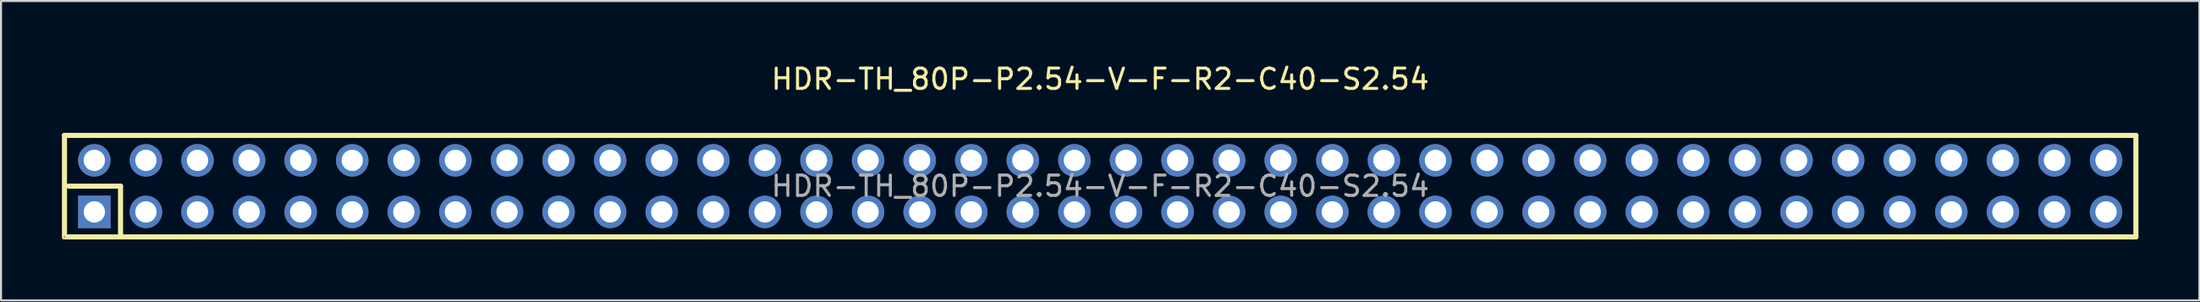
<source format=kicad_pcb>
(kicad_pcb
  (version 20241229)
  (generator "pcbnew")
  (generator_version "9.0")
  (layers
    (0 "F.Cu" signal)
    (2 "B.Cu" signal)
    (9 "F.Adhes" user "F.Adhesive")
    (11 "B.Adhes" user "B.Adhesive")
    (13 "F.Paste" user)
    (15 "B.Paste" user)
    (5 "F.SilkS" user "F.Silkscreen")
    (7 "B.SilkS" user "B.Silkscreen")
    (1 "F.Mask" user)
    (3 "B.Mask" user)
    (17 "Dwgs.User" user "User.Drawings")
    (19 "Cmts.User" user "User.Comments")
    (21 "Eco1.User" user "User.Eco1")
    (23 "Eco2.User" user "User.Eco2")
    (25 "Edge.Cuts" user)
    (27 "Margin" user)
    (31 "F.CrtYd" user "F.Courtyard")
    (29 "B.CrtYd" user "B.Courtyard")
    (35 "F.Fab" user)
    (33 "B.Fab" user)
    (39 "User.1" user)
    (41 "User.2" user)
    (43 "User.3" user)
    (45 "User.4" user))
  (footprint "HDR-TH_80P-P2.54-V-F-R2-C40-S2.54"
    (layer "F.Cu")
    (at 51.125 6.118)
    (property "Reference" "HDR-TH_80P-P2.54-V-F-R2-C40-S2.54" (at 0 -5.27 0) (layer "F.SilkS") (effects (font (size 1 1) (thickness 0.15))))
    (attr through_hole)
    (fp_line (start -51 -2.5) (end -51 2.5) (stroke (width 0.25) (type solid)) (layer "F.SilkS"))
    (fp_line (start -51 2.5) (end 51 2.5) (stroke (width 0.25) (type solid)) (layer "F.SilkS"))
    (fp_line (start -50.8 0) (end -48.24 0) (stroke (width 0.25) (type solid)) (layer "F.SilkS"))
    (fp_line (start -48.24 0) (end -48.24 2.5) (stroke (width 0.25) (type solid)) (layer "F.SilkS"))
    (fp_line (start 51 -2.5) (end -51 -2.5) (stroke (width 0.25) (type solid)) (layer "F.SilkS"))
    (fp_line (start 51 2.5) (end 51 -2.5) (stroke (width 0.25) (type solid)) (layer "F.SilkS"))
    (fp_circle (center -51 2.5) (end -50.97 2.5) (stroke (width 0.06) (type solid)) (fill no) (layer "F.Fab"))
    (fp_text user "${REFERENCE}" (at 0 0 0) (layer "F.Fab") (effects (font (size 1 1) (thickness 0.15))))
    (pad "1" thru_hole rect (at -49.53 1.27) (size 1.6 1.6) (drill 1.05) (layers "*.Cu" "*.Paste" "*.Mask"))
    (pad "2" thru_hole circle (at -49.53 -1.27) (size 1.6 1.6) (drill 1.05) (layers "*.Cu" "*.Paste" "*.Mask"))
    (pad "3" thru_hole circle (at -46.99 1.27) (size 1.6 1.6) (drill 1.05) (layers "*.Cu" "*.Paste" "*.Mask"))
    (pad "4" thru_hole circle (at -46.99 -1.27) (size 1.6 1.6) (drill 1.05) (layers "*.Cu" "*.Paste" "*.Mask"))
    (pad "5" thru_hole circle (at -44.45 1.27) (size 1.6 1.6) (drill 1.05) (layers "*.Cu" "*.Paste" "*.Mask"))
    (pad "6" thru_hole circle (at -44.45 -1.27) (size 1.6 1.6) (drill 1.05) (layers "*.Cu" "*.Paste" "*.Mask"))
    (pad "7" thru_hole circle (at -41.91 1.27) (size 1.6 1.6) (drill 1.05) (layers "*.Cu" "*.Paste" "*.Mask"))
    (pad "8" thru_hole circle (at -41.91 -1.27) (size 1.6 1.6) (drill 1.05) (layers "*.Cu" "*.Paste" "*.Mask"))
    (pad "9" thru_hole circle (at -39.37 1.27) (size 1.6 1.6) (drill 1.05) (layers "*.Cu" "*.Paste" "*.Mask"))
    (pad "10" thru_hole circle (at -39.37 -1.27) (size 1.6 1.6) (drill 1.05) (layers "*.Cu" "*.Paste" "*.Mask"))
    (pad "11" thru_hole circle (at -36.83 1.27) (size 1.6 1.6) (drill 1.05) (layers "*.Cu" "*.Paste" "*.Mask"))
    (pad "12" thru_hole circle (at -36.83 -1.27) (size 1.6 1.6) (drill 1.05) (layers "*.Cu" "*.Paste" "*.Mask"))
    (pad "13" thru_hole circle (at -34.29 1.27) (size 1.6 1.6) (drill 1.05) (layers "*.Cu" "*.Paste" "*.Mask"))
    (pad "14" thru_hole circle (at -34.29 -1.27) (size 1.6 1.6) (drill 1.05) (layers "*.Cu" "*.Paste" "*.Mask"))
    (pad "15" thru_hole circle (at -31.75 1.27) (size 1.6 1.6) (drill 1.05) (layers "*.Cu" "*.Paste" "*.Mask"))
    (pad "16" thru_hole circle (at -31.75 -1.27) (size 1.6 1.6) (drill 1.05) (layers "*.Cu" "*.Paste" "*.Mask"))
    (pad "17" thru_hole circle (at -29.21 1.27) (size 1.6 1.6) (drill 1.05) (layers "*.Cu" "*.Paste" "*.Mask"))
    (pad "18" thru_hole circle (at -29.21 -1.27) (size 1.6 1.6) (drill 1.05) (layers "*.Cu" "*.Paste" "*.Mask"))
    (pad "19" thru_hole circle (at -26.67 1.27) (size 1.6 1.6) (drill 1.05) (layers "*.Cu" "*.Paste" "*.Mask"))
    (pad "20" thru_hole circle (at -26.67 -1.27) (size 1.6 1.6) (drill 1.05) (layers "*.Cu" "*.Paste" "*.Mask"))
    (pad "21" thru_hole circle (at -24.13 1.27) (size 1.6 1.6) (drill 1.05) (layers "*.Cu" "*.Paste" "*.Mask"))
    (pad "22" thru_hole circle (at -24.13 -1.27) (size 1.6 1.6) (drill 1.05) (layers "*.Cu" "*.Paste" "*.Mask"))
    (pad "23" thru_hole circle (at -21.59 1.27) (size 1.6 1.6) (drill 1.05) (layers "*.Cu" "*.Paste" "*.Mask"))
    (pad "24" thru_hole circle (at -21.59 -1.27) (size 1.6 1.6) (drill 1.05) (layers "*.Cu" "*.Paste" "*.Mask"))
    (pad "25" thru_hole circle (at -19.05 1.27) (size 1.6 1.6) (drill 1.05) (layers "*.Cu" "*.Paste" "*.Mask"))
    (pad "26" thru_hole circle (at -19.05 -1.27) (size 1.6 1.6) (drill 1.05) (layers "*.Cu" "*.Paste" "*.Mask"))
    (pad "27" thru_hole circle (at -16.51 1.27) (size 1.6 1.6) (drill 1.05) (layers "*.Cu" "*.Paste" "*.Mask"))
    (pad "28" thru_hole circle (at -16.51 -1.27) (size 1.6 1.6) (drill 1.05) (layers "*.Cu" "*.Paste" "*.Mask"))
    (pad "29" thru_hole circle (at -13.97 1.27) (size 1.6 1.6) (drill 1.05) (layers "*.Cu" "*.Paste" "*.Mask"))
    (pad "30" thru_hole circle (at -13.97 -1.27) (size 1.6 1.6) (drill 1.05) (layers "*.Cu" "*.Paste" "*.Mask"))
    (pad "31" thru_hole circle (at -11.43 1.27) (size 1.6 1.6) (drill 1.05) (layers "*.Cu" "*.Paste" "*.Mask"))
    (pad "32" thru_hole circle (at -11.43 -1.27) (size 1.6 1.6) (drill 1.05) (layers "*.Cu" "*.Paste" "*.Mask"))
    (pad "33" thru_hole circle (at -8.89 1.27) (size 1.6 1.6) (drill 1.05) (layers "*.Cu" "*.Paste" "*.Mask"))
    (pad "34" thru_hole circle (at -8.89 -1.27) (size 1.6 1.6) (drill 1.05) (layers "*.Cu" "*.Paste" "*.Mask"))
    (pad "35" thru_hole circle (at -6.35 1.27) (size 1.6 1.6) (drill 1.05) (layers "*.Cu" "*.Paste" "*.Mask"))
    (pad "36" thru_hole circle (at -6.35 -1.27) (size 1.6 1.6) (drill 1.05) (layers "*.Cu" "*.Paste" "*.Mask"))
    (pad "37" thru_hole circle (at -3.81 1.27) (size 1.6 1.6) (drill 1.05) (layers "*.Cu" "*.Paste" "*.Mask"))
    (pad "38" thru_hole circle (at -3.81 -1.27) (size 1.6 1.6) (drill 1.05) (layers "*.Cu" "*.Paste" "*.Mask"))
    (pad "39" thru_hole circle (at -1.27 1.27) (size 1.6 1.6) (drill 1.05) (layers "*.Cu" "*.Paste" "*.Mask"))
    (pad "40" thru_hole circle (at -1.27 -1.27) (size 1.6 1.6) (drill 1.05) (layers "*.Cu" "*.Paste" "*.Mask"))
    (pad "41" thru_hole circle (at 1.27 1.27) (size 1.6 1.6) (drill 1.05) (layers "*.Cu" "*.Paste" "*.Mask"))
    (pad "42" thru_hole circle (at 1.27 -1.27) (size 1.6 1.6) (drill 1.05) (layers "*.Cu" "*.Paste" "*.Mask"))
    (pad "43" thru_hole circle (at 3.81 1.27) (size 1.6 1.6) (drill 1.05) (layers "*.Cu" "*.Paste" "*.Mask"))
    (pad "44" thru_hole circle (at 3.81 -1.27) (size 1.6 1.6) (drill 1.05) (layers "*.Cu" "*.Paste" "*.Mask"))
    (pad "45" thru_hole circle (at 6.35 1.27) (size 1.6 1.6) (drill 1.05) (layers "*.Cu" "*.Paste" "*.Mask"))
    (pad "46" thru_hole circle (at 6.35 -1.27) (size 1.6 1.6) (drill 1.05) (layers "*.Cu" "*.Paste" "*.Mask"))
    (pad "47" thru_hole circle (at 8.89 1.27) (size 1.6 1.6) (drill 1.05) (layers "*.Cu" "*.Paste" "*.Mask"))
    (pad "48" thru_hole circle (at 8.89 -1.27) (size 1.6 1.6) (drill 1.05) (layers "*.Cu" "*.Paste" "*.Mask"))
    (pad "49" thru_hole circle (at 11.43 1.27) (size 1.6 1.6) (drill 1.05) (layers "*.Cu" "*.Paste" "*.Mask"))
    (pad "50" thru_hole circle (at 11.43 -1.27) (size 1.6 1.6) (drill 1.05) (layers "*.Cu" "*.Paste" "*.Mask"))
    (pad "51" thru_hole circle (at 13.97 1.27) (size 1.6 1.6) (drill 1.05) (layers "*.Cu" "*.Paste" "*.Mask"))
    (pad "52" thru_hole circle (at 13.97 -1.27) (size 1.6 1.6) (drill 1.05) (layers "*.Cu" "*.Paste" "*.Mask"))
    (pad "53" thru_hole circle (at 16.51 1.27) (size 1.6 1.6) (drill 1.05) (layers "*.Cu" "*.Paste" "*.Mask"))
    (pad "54" thru_hole circle (at 16.51 -1.27) (size 1.6 1.6) (drill 1.05) (layers "*.Cu" "*.Paste" "*.Mask"))
    (pad "55" thru_hole circle (at 19.05 1.27) (size 1.6 1.6) (drill 1.05) (layers "*.Cu" "*.Paste" "*.Mask"))
    (pad "56" thru_hole circle (at 19.05 -1.27) (size 1.6 1.6) (drill 1.05) (layers "*.Cu" "*.Paste" "*.Mask"))
    (pad "57" thru_hole circle (at 21.59 1.27) (size 1.6 1.6) (drill 1.05) (layers "*.Cu" "*.Paste" "*.Mask"))
    (pad "58" thru_hole circle (at 21.59 -1.27) (size 1.6 1.6) (drill 1.05) (layers "*.Cu" "*.Paste" "*.Mask"))
    (pad "59" thru_hole circle (at 24.13 1.27) (size 1.6 1.6) (drill 1.05) (layers "*.Cu" "*.Paste" "*.Mask"))
    (pad "60" thru_hole circle (at 24.13 -1.27) (size 1.6 1.6) (drill 1.05) (layers "*.Cu" "*.Paste" "*.Mask"))
    (pad "61" thru_hole circle (at 26.67 1.27) (size 1.6 1.6) (drill 1.05) (layers "*.Cu" "*.Paste" "*.Mask"))
    (pad "62" thru_hole circle (at 26.67 -1.27) (size 1.6 1.6) (drill 1.05) (layers "*.Cu" "*.Paste" "*.Mask"))
    (pad "63" thru_hole circle (at 29.21 1.27) (size 1.6 1.6) (drill 1.05) (layers "*.Cu" "*.Paste" "*.Mask"))
    (pad "64" thru_hole circle (at 29.21 -1.27) (size 1.6 1.6) (drill 1.05) (layers "*.Cu" "*.Paste" "*.Mask"))
    (pad "65" thru_hole circle (at 31.75 1.27) (size 1.6 1.6) (drill 1.05) (layers "*.Cu" "*.Paste" "*.Mask"))
    (pad "66" thru_hole circle (at 31.75 -1.27) (size 1.6 1.6) (drill 1.05) (layers "*.Cu" "*.Paste" "*.Mask"))
    (pad "67" thru_hole circle (at 34.29 1.27) (size 1.6 1.6) (drill 1.05) (layers "*.Cu" "*.Paste" "*.Mask"))
    (pad "68" thru_hole circle (at 34.29 -1.27) (size 1.6 1.6) (drill 1.05) (layers "*.Cu" "*.Paste" "*.Mask"))
    (pad "69" thru_hole circle (at 36.83 1.27) (size 1.6 1.6) (drill 1.05) (layers "*.Cu" "*.Paste" "*.Mask"))
    (pad "70" thru_hole circle (at 36.83 -1.27) (size 1.6 1.6) (drill 1.05) (layers "*.Cu" "*.Paste" "*.Mask"))
    (pad "71" thru_hole circle (at 39.37 1.27) (size 1.6 1.6) (drill 1.05) (layers "*.Cu" "*.Paste" "*.Mask"))
    (pad "72" thru_hole circle (at 39.37 -1.27) (size 1.6 1.6) (drill 1.05) (layers "*.Cu" "*.Paste" "*.Mask"))
    (pad "73" thru_hole circle (at 41.91 1.27) (size 1.6 1.6) (drill 1.05) (layers "*.Cu" "*.Paste" "*.Mask"))
    (pad "74" thru_hole circle (at 41.91 -1.27) (size 1.6 1.6) (drill 1.05) (layers "*.Cu" "*.Paste" "*.Mask"))
    (pad "75" thru_hole circle (at 44.45 1.27) (size 1.6 1.6) (drill 1.05) (layers "*.Cu" "*.Paste" "*.Mask"))
    (pad "76" thru_hole circle (at 44.45 -1.27) (size 1.6 1.6) (drill 1.05) (layers "*.Cu" "*.Paste" "*.Mask"))
    (pad "77" thru_hole circle (at 46.99 1.27) (size 1.6 1.6) (drill 1.05) (layers "*.Cu" "*.Paste" "*.Mask"))
    (pad "78" thru_hole circle (at 46.99 -1.27) (size 1.6 1.6) (drill 1.05) (layers "*.Cu" "*.Paste" "*.Mask"))
    (pad "79" thru_hole circle (at 49.53 1.27) (size 1.6 1.6) (drill 1.05) (layers "*.Cu" "*.Paste" "*.Mask"))
    (pad "80" thru_hole circle (at 49.53 -1.27) (size 1.6 1.6) (drill 1.05) (layers "*.Cu" "*.Paste" "*.Mask")))
  (gr_rect
    (start -3 -3)
    (end 105.25 11.743)
    (stroke (width 0.1) (type default))
    (fill no)
    (layer "Edge.Cuts")))
</source>
